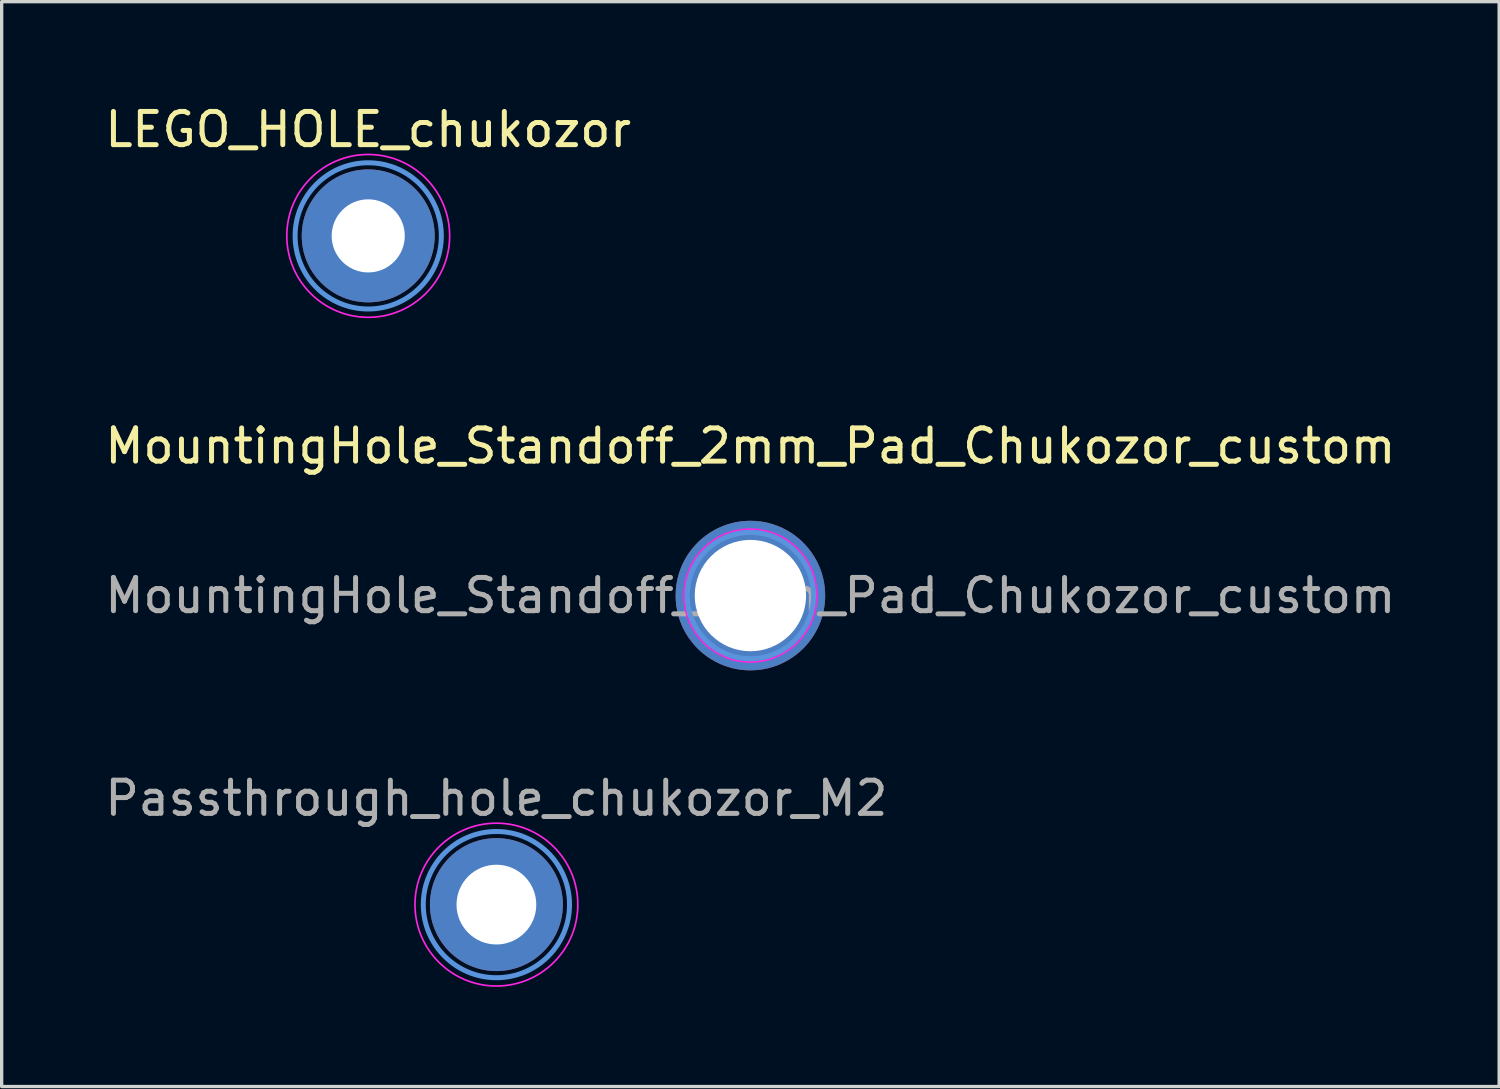
<source format=kicad_pcb>
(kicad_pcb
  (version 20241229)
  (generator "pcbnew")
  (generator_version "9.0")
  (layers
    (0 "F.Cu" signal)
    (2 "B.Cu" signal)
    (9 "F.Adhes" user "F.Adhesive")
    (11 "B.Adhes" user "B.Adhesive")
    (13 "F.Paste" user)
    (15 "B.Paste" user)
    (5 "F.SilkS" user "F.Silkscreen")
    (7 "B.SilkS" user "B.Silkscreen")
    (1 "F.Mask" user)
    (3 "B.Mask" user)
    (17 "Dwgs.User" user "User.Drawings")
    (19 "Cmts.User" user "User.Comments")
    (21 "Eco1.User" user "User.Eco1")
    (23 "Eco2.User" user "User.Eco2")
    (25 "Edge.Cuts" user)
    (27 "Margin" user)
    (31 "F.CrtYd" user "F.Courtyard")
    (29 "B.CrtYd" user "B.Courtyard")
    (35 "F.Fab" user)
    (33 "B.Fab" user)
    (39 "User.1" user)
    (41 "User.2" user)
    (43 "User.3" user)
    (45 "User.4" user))
  (footprint "Passthrough_hole_chukozor_M2"
    (layer "F.Cu")
    (at 11.887 24.17)
    (property "Reference" "Passthrough_hole_chukozor_M2" (at 0 -3.2 0) (layer "F.Fab") (effects (font (size 1 1) (thickness 0.15))))
    (attr exclude_from_pos_files exclude_from_bom)
    (fp_circle (center 0 0) (end 2.2 0) (stroke (width 0.15) (type solid)) (fill no) (layer "Cmts.User"))
    (fp_circle (center 0 0) (end 2.45 0) (stroke (width 0.05) (type solid)) (fill no) (layer "F.CrtYd"))
    (pad "" thru_hole circle (at 0 0) (size 4 4) (drill 2.4) (layers "*.Cu" "*.Mask")))
  (footprint "LEGO_HOLE_chukozor"
    (layer "F.Cu")
    (at 8.03 4.048)
    (property "Reference" "LEGO_HOLE_chukozor" (at 0 -3.2 0) (layer "F.SilkS") (effects (font (size 1 1) (thickness 0.15))))
    (attr exclude_from_pos_files exclude_from_bom)
    (fp_circle (center 0 0) (end 2.2 0) (stroke (width 0.15) (type solid)) (fill no) (layer "Cmts.User"))
    (fp_circle (center 0 0) (end 2.45 0) (stroke (width 0.05) (type solid)) (fill no) (layer "F.CrtYd"))
    (pad "h5" thru_hole circle (at 0 0) (size 4 4) (drill 2.2) (layers "*.Cu" "*.Mask")))
  (footprint "MountingHole_Standoff_2mm_Pad_Chukozor_custom"
    (layer "F.Cu")
    (at 19.53 14.871)
    (property "Reference" "MountingHole_Standoff_2mm_Pad_Chukozor_custom" (at 0 -4.5 0) (layer "F.SilkS") (effects (font (size 1 1) (thickness 0.15))))
    (attr exclude_from_pos_files exclude_from_bom)
    (fp_circle (center 0 0) (end 1.9 0) (stroke (width 0.15) (type solid)) (fill no) (layer "Cmts.User"))
    (fp_circle (center 0 0) (end 2 0) (stroke (width 0.05) (type solid)) (fill no) (layer "F.CrtYd"))
    (fp_text user "${REFERENCE}" (at 0 0 0) (layer "F.Fab") (effects (font (size 1 1) (thickness 0.15))))
    (pad "1" thru_hole circle (at 0 0) (size 4.5 4.5) (drill 3.35) (layers "*.Cu" "*.Mask")))
  (gr_rect
    (start -3 -3)
    (end 42.06 29.645)
    (stroke (width 0.1) (type default))
    (fill no)
    (layer "Edge.Cuts")))
</source>
